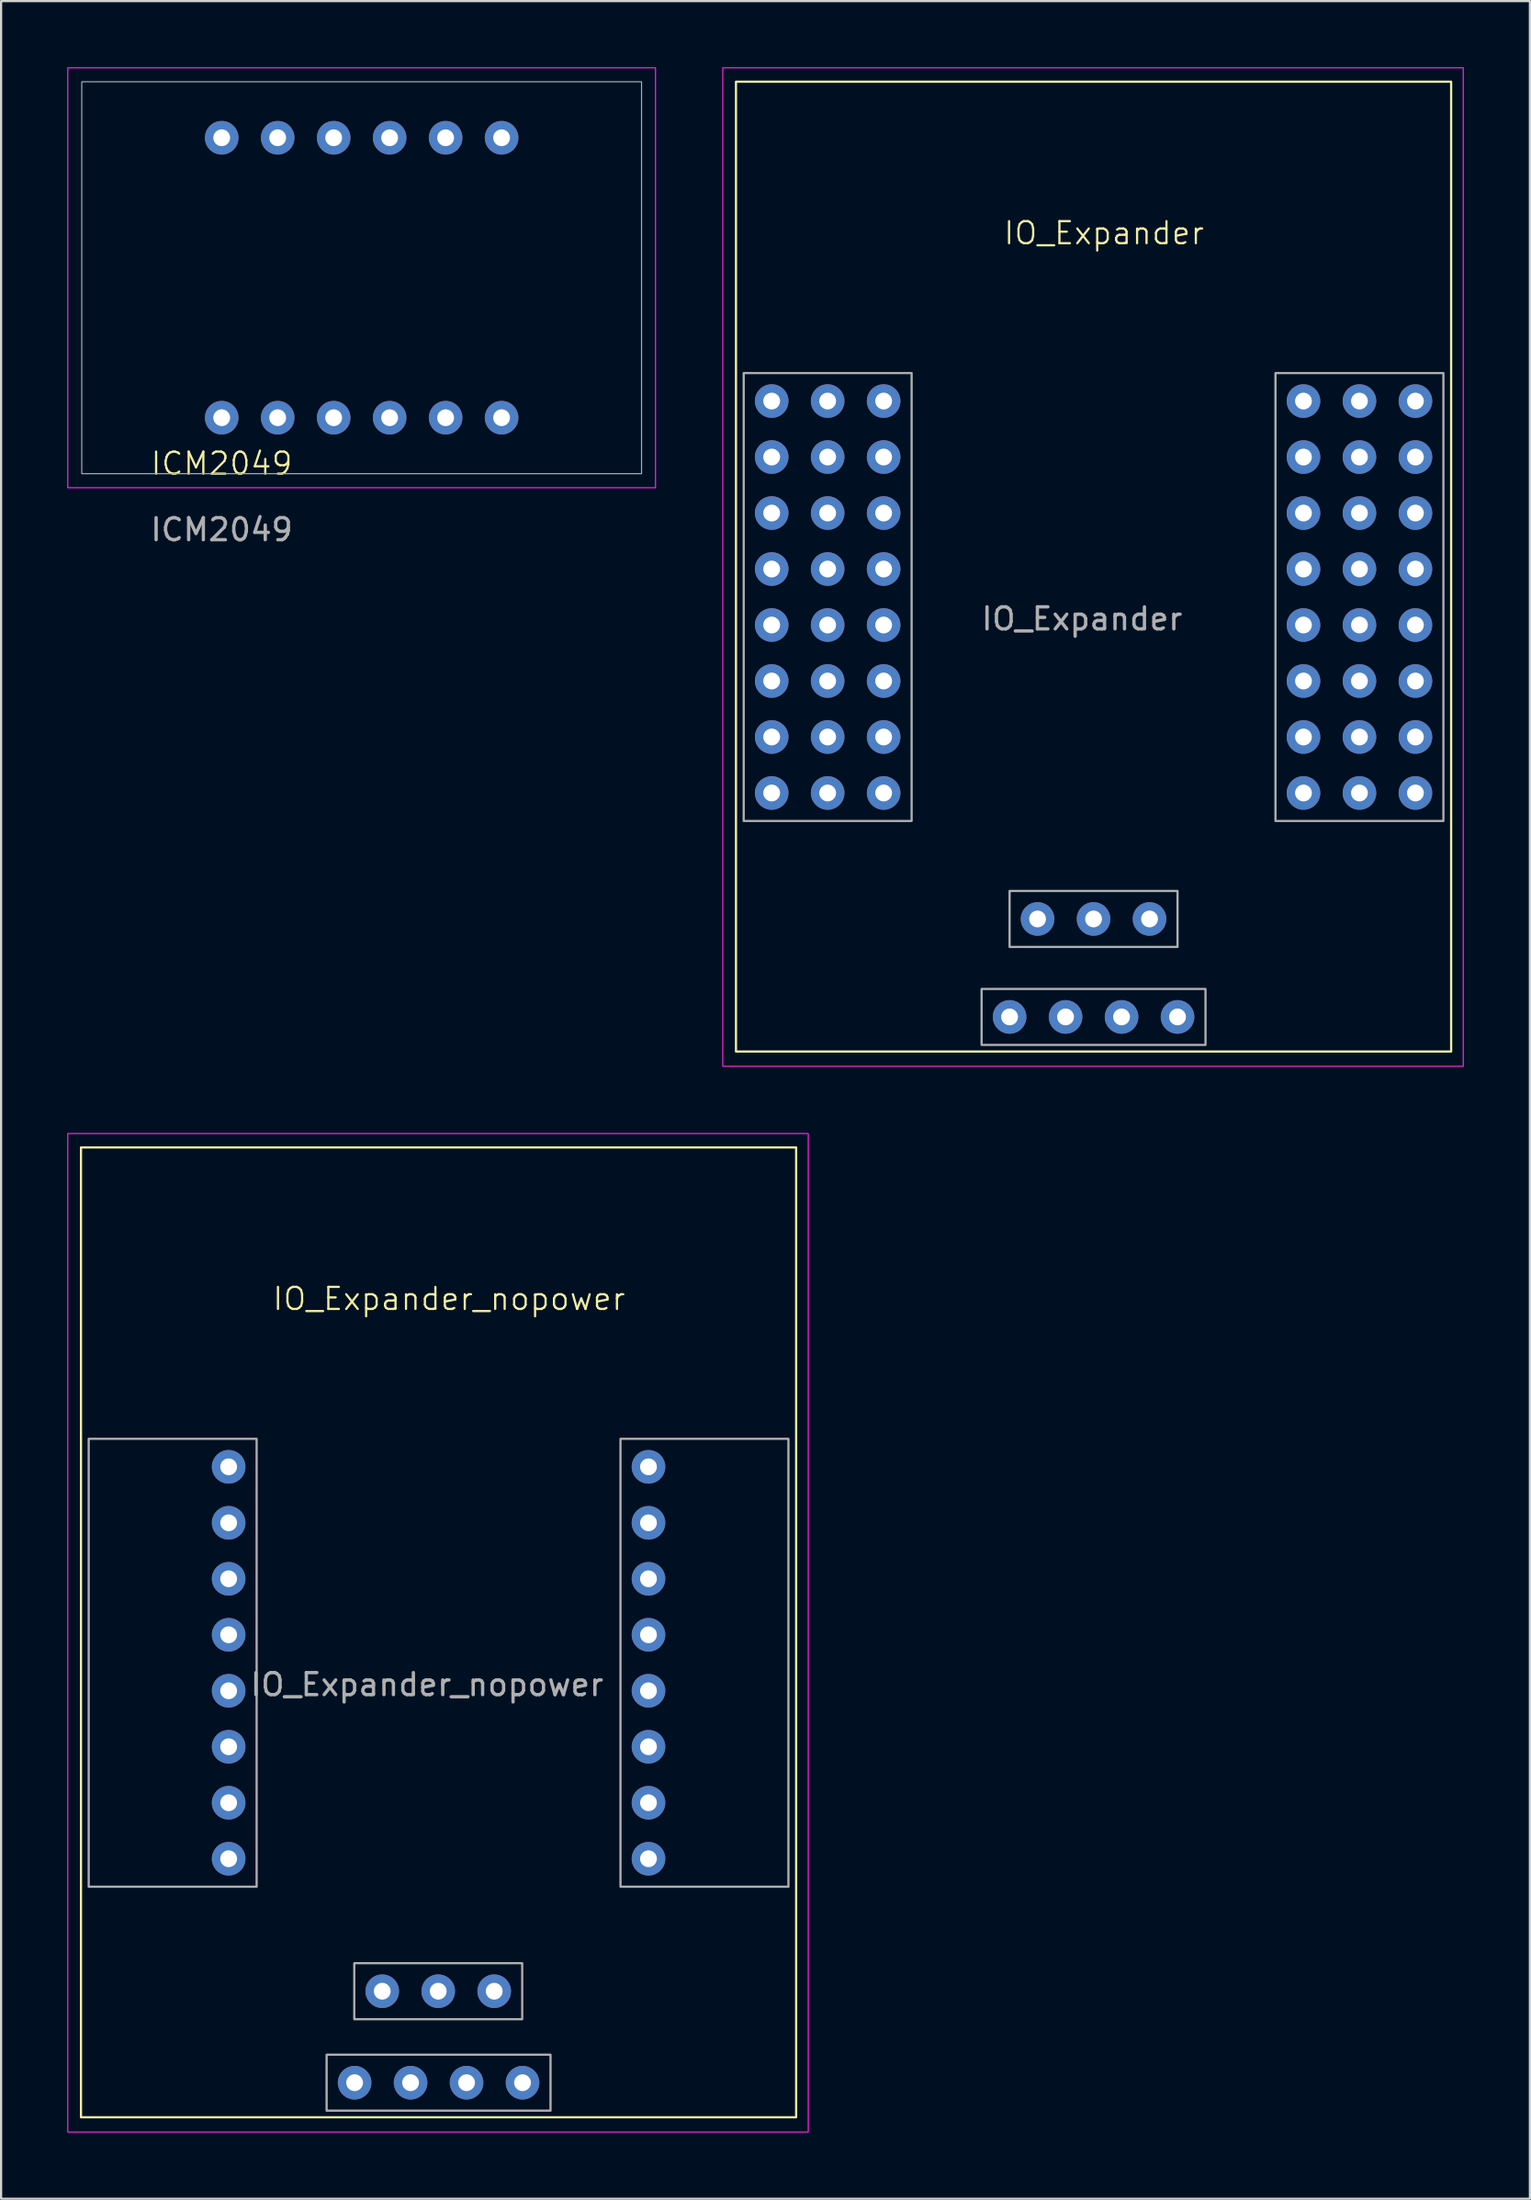
<source format=kicad_pcb>
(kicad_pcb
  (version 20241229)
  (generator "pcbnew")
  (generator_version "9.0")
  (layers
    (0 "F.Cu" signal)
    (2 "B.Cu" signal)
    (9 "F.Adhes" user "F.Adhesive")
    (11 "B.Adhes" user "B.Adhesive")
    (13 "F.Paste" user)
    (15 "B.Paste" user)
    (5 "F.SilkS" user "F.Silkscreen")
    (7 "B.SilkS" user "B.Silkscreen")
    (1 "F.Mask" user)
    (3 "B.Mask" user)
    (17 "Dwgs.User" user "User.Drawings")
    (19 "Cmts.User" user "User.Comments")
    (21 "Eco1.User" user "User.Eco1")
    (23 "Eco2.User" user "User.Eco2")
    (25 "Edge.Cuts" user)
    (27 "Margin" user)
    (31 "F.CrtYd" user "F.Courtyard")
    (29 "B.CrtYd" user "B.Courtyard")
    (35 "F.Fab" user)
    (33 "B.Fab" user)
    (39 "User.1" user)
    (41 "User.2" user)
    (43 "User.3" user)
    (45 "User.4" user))
  (footprint "IO_Expander"
    (layer "F.Cu")
    (at 37.045 32.925)
    (property "Reference" "IO_Expander" (at 10 -25.4 0) (unlocked yes) (layer "F.SilkS") (effects (font (size 1 1) (thickness 0.1))))
    (attr through_hole)
    (fp_rect (start -6.7 -32.27) (end 25.75 11.73) (stroke (width 0.1) (type default)) (fill no) (layer "F.SilkS"))
    (fp_rect (start -7.3 -32.9) (end 26.3 12.4) (stroke (width 0.05) (type default)) (fill no) (layer "F.CrtYd"))
    (fp_rect (start -6.35 -19.05) (end 1.27 1.27) (stroke (width 0.1) (type default)) (fill no) (layer "F.Fab"))
    (fp_rect (start 4.445 8.89) (end 14.605 11.43) (stroke (width 0.1) (type default)) (fill no) (layer "F.Fab"))
    (fp_rect (start 5.715 4.445) (end 13.335 6.985) (stroke (width 0.1) (type default)) (fill no) (layer "F.Fab"))
    (fp_rect (start 17.78 -19.05) (end 25.4 1.27) (stroke (width 0.1) (type default)) (fill no) (layer "F.Fab"))
    (fp_text user "${REFERENCE}" (at 9 -7.9 0) (unlocked yes) (layer "F.Fab") (effects (font (size 1 1) (thickness 0.15))))
    (pad "1" thru_hole circle (at 0 0 180) (size 1.524 1.524) (drill 0.762) (layers "*.Cu" "*.Mask"))
    (pad "2" thru_hole circle (at 0 -2.54 180) (size 1.524 1.524) (drill 0.762) (layers "*.Cu" "*.Mask"))
    (pad "3" thru_hole circle (at 0 -5.08 180) (size 1.524 1.524) (drill 0.762) (layers "*.Cu" "*.Mask"))
    (pad "4" thru_hole circle (at 0 -7.62 180) (size 1.524 1.524) (drill 0.762) (layers "*.Cu" "*.Mask"))
    (pad "5" thru_hole circle (at 0 -10.16 180) (size 1.524 1.524) (drill 0.762) (layers "*.Cu" "*.Mask"))
    (pad "6" thru_hole circle (at 0 -12.7 180) (size 1.524 1.524) (drill 0.762) (layers "*.Cu" "*.Mask"))
    (pad "7" thru_hole circle (at 0 -15.24 180) (size 1.524 1.524) (drill 0.762) (layers "*.Cu" "*.Mask"))
    (pad "8" thru_hole circle (at 0 -17.78 180) (size 1.524 1.524) (drill 0.762) (layers "*.Cu" "*.Mask"))
    (pad "9" thru_hole circle (at 19.05 -17.78 180) (size 1.524 1.524) (drill 0.762) (layers "*.Cu" "*.Mask"))
    (pad "10" thru_hole circle (at 19.05 -15.24 180) (size 1.524 1.524) (drill 0.762) (layers "*.Cu" "*.Mask"))
    (pad "11" thru_hole circle (at 19.05 -12.7 180) (size 1.524 1.524) (drill 0.762) (layers "*.Cu" "*.Mask"))
    (pad "12" thru_hole circle (at 19.05 -10.16 180) (size 1.524 1.524) (drill 0.762) (layers "*.Cu" "*.Mask"))
    (pad "13" thru_hole circle (at 19.05 -7.62 180) (size 1.524 1.524) (drill 0.762) (layers "*.Cu" "*.Mask"))
    (pad "14" thru_hole circle (at 19.05 -5.08 180) (size 1.524 1.524) (drill 0.762) (layers "*.Cu" "*.Mask"))
    (pad "15" thru_hole circle (at 19.05 -2.54 180) (size 1.524 1.524) (drill 0.762) (layers "*.Cu" "*.Mask"))
    (pad "16" thru_hole circle (at 19.05 0 180) (size 1.524 1.524) (drill 0.762) (layers "*.Cu" "*.Mask"))
    (pad "17" thru_hole circle (at 5.715 10.16) (size 1.524 1.524) (drill 0.762) (layers "*.Cu" "*.Mask"))
    (pad "18" thru_hole circle (at 8.255 10.16) (size 1.524 1.524) (drill 0.762) (layers "*.Cu" "*.Mask"))
    (pad "19" thru_hole circle (at 6.985 5.715) (size 1.524 1.524) (drill 0.762) (layers "*.Cu" "*.Mask"))
    (pad "20" thru_hole circle (at 9.525 5.715) (size 1.524 1.524) (drill 0.762) (layers "*.Cu" "*.Mask"))
    (pad "21" thru_hole circle (at 12.065 5.715) (size 1.524 1.524) (drill 0.762) (layers "*.Cu" "*.Mask"))
    (pad "22" thru_hole circle (at 10.795 10.16) (size 1.524 1.524) (drill 0.762) (layers "*.Cu" "*.Mask"))
    (pad "23" thru_hole circle (at 13.335 10.16) (size 1.524 1.524) (drill 0.762) (layers "*.Cu" "*.Mask"))
    (pad "24" thru_hole circle (at -5.08 -17.78) (size 1.524 1.524) (drill 0.762) (layers "*.Cu" "*.Mask"))
    (pad "24" thru_hole circle (at -5.08 -15.24) (size 1.524 1.524) (drill 0.762) (layers "*.Cu" "*.Mask"))
    (pad "24" thru_hole circle (at -5.08 -12.7) (size 1.524 1.524) (drill 0.762) (layers "*.Cu" "*.Mask"))
    (pad "24" thru_hole circle (at -5.08 -10.16) (size 1.524 1.524) (drill 0.762) (layers "*.Cu" "*.Mask"))
    (pad "24" thru_hole circle (at -5.08 -7.62) (size 1.524 1.524) (drill 0.762) (layers "*.Cu" "*.Mask"))
    (pad "24" thru_hole circle (at -5.08 -5.08) (size 1.524 1.524) (drill 0.762) (layers "*.Cu" "*.Mask"))
    (pad "24" thru_hole circle (at -5.08 -2.54) (size 1.524 1.524) (drill 0.762) (layers "*.Cu" "*.Mask"))
    (pad "24" thru_hole circle (at -5.08 0) (size 1.524 1.524) (drill 0.762) (layers "*.Cu" "*.Mask"))
    (pad "24" thru_hole circle (at 24.13 -17.78) (size 1.524 1.524) (drill 0.762) (layers "*.Cu" "*.Mask"))
    (pad "24" thru_hole circle (at 24.13 -15.24) (size 1.524 1.524) (drill 0.762) (layers "*.Cu" "*.Mask"))
    (pad "24" thru_hole circle (at 24.13 -12.7) (size 1.524 1.524) (drill 0.762) (layers "*.Cu" "*.Mask"))
    (pad "24" thru_hole circle (at 24.13 -10.16) (size 1.524 1.524) (drill 0.762) (layers "*.Cu" "*.Mask"))
    (pad "24" thru_hole circle (at 24.13 -7.62) (size 1.524 1.524) (drill 0.762) (layers "*.Cu" "*.Mask"))
    (pad "24" thru_hole circle (at 24.13 -5.08) (size 1.524 1.524) (drill 0.762) (layers "*.Cu" "*.Mask"))
    (pad "24" thru_hole circle (at 24.13 -2.54) (size 1.524 1.524) (drill 0.762) (layers "*.Cu" "*.Mask"))
    (pad "24" thru_hole circle (at 24.13 0) (size 1.524 1.524) (drill 0.762) (layers "*.Cu" "*.Mask"))
    (pad "25" thru_hole circle (at -2.54 -17.78) (size 1.524 1.524) (drill 0.762) (layers "*.Cu" "*.Mask"))
    (pad "25" thru_hole circle (at -2.54 -15.24) (size 1.524 1.524) (drill 0.762) (layers "*.Cu" "*.Mask"))
    (pad "25" thru_hole circle (at -2.54 -12.7) (size 1.524 1.524) (drill 0.762) (layers "*.Cu" "*.Mask"))
    (pad "25" thru_hole circle (at -2.54 -10.16) (size 1.524 1.524) (drill 0.762) (layers "*.Cu" "*.Mask"))
    (pad "25" thru_hole circle (at -2.54 -7.62) (size 1.524 1.524) (drill 0.762) (layers "*.Cu" "*.Mask"))
    (pad "25" thru_hole circle (at -2.54 -5.08) (size 1.524 1.524) (drill 0.762) (layers "*.Cu" "*.Mask"))
    (pad "25" thru_hole circle (at -2.54 -2.54) (size 1.524 1.524) (drill 0.762) (layers "*.Cu" "*.Mask"))
    (pad "25" thru_hole circle (at -2.54 0) (size 1.524 1.524) (drill 0.762) (layers "*.Cu" "*.Mask"))
    (pad "25" thru_hole circle (at 21.59 -17.78) (size 1.524 1.524) (drill 0.762) (layers "*.Cu" "*.Mask"))
    (pad "25" thru_hole circle (at 21.59 -15.24) (size 1.524 1.524) (drill 0.762) (layers "*.Cu" "*.Mask"))
    (pad "25" thru_hole circle (at 21.59 -12.7) (size 1.524 1.524) (drill 0.762) (layers "*.Cu" "*.Mask"))
    (pad "25" thru_hole circle (at 21.59 -10.16) (size 1.524 1.524) (drill 0.762) (layers "*.Cu" "*.Mask"))
    (pad "25" thru_hole circle (at 21.59 -7.62) (size 1.524 1.524) (drill 0.762) (layers "*.Cu" "*.Mask"))
    (pad "25" thru_hole circle (at 21.59 -5.08) (size 1.524 1.524) (drill 0.762) (layers "*.Cu" "*.Mask"))
    (pad "25" thru_hole circle (at 21.59 -2.54) (size 1.524 1.524) (drill 0.762) (layers "*.Cu" "*.Mask"))
    (pad "25" thru_hole circle (at 21.59 0) (size 1.524 1.524) (drill 0.762) (layers "*.Cu" "*.Mask")))
  (footprint "ICM2049"
    (layer "F.Cu")
    (at 7.01 15.9)
    (property "Reference" "ICM2049" (at 0 2.08 0) (unlocked yes) (layer "F.SilkS") (effects (font (size 1 1) (thickness 0.1))))
    (attr through_hole)
    (fp_rect (start -6.985 -15.875) (end 19.685 3.175) (stroke (width 0.05) (type default)) (fill no) (layer "F.CrtYd"))
    (fp_rect (start -6.35 -15.24) (end 19.05 2.54) (stroke (width 0.05) (type default)) (fill no) (layer "F.Fab"))
    (fp_text user "${REFERENCE}" (at 0 5.08 0) (unlocked yes) (layer "F.Fab") (effects (font (size 1 1) (thickness 0.15))))
    (pad "1" thru_hole circle (at 0 0) (size 1.524 1.524) (drill 0.762) (layers "*.Cu" "*.Mask"))
    (pad "2" thru_hole circle (at 2.54 0) (size 1.524 1.524) (drill 0.762) (layers "*.Cu" "*.Mask"))
    (pad "3" thru_hole circle (at 5.08 0) (size 1.524 1.524) (drill 0.762) (layers "*.Cu" "*.Mask"))
    (pad "4" thru_hole circle (at 7.62 0) (size 1.524 1.524) (drill 0.762) (layers "*.Cu" "*.Mask"))
    (pad "5" thru_hole circle (at 10.16 0) (size 1.524 1.524) (drill 0.762) (layers "*.Cu" "*.Mask"))
    (pad "6" thru_hole circle (at 12.7 0) (size 1.524 1.524) (drill 0.762) (layers "*.Cu" "*.Mask"))
    (pad "7" thru_hole circle (at 0 -12.7) (size 1.524 1.524) (drill 0.762) (layers "*.Cu" "*.Mask"))
    (pad "8" thru_hole circle (at 2.54 -12.7) (size 1.524 1.524) (drill 0.762) (layers "*.Cu" "*.Mask"))
    (pad "9" thru_hole circle (at 5.08 -12.7) (size 1.524 1.524) (drill 0.762) (layers "*.Cu" "*.Mask"))
    (pad "10" thru_hole circle (at 7.62 -12.7) (size 1.524 1.524) (drill 0.762) (layers "*.Cu" "*.Mask"))
    (pad "11" thru_hole circle (at 10.16 -12.7) (size 1.524 1.524) (drill 0.762) (layers "*.Cu" "*.Mask"))
    (pad "12" thru_hole circle (at 12.7 -12.7) (size 1.524 1.524) (drill 0.762) (layers "*.Cu" "*.Mask")))
  (footprint "IO_Expander_nopower"
    (layer "F.Cu")
    (at 7.325 81.275)
    (property "Reference" "IO_Expander_nopower" (at 10 -25.4 0) (unlocked yes) (layer "F.SilkS") (effects (font (size 1 1) (thickness 0.1))))
    (attr through_hole)
    (fp_rect (start -6.7 -32.27) (end 25.75 11.73) (stroke (width 0.1) (type default)) (fill no) (layer "F.SilkS"))
    (fp_rect (start -7.3 -32.9) (end 26.3 12.4) (stroke (width 0.05) (type default)) (fill no) (layer "F.CrtYd"))
    (fp_rect (start -6.35 -19.05) (end 1.27 1.27) (stroke (width 0.1) (type default)) (fill no) (layer "F.Fab"))
    (fp_rect (start 4.445 8.89) (end 14.605 11.43) (stroke (width 0.1) (type default)) (fill no) (layer "F.Fab"))
    (fp_rect (start 5.7 4.74) (end 13.32 7.28) (stroke (width 0.1) (type default)) (fill no) (layer "F.Fab"))
    (fp_rect (start 17.78 -19.05) (end 25.4 1.27) (stroke (width 0.1) (type default)) (fill no) (layer "F.Fab"))
    (fp_text user "${REFERENCE}" (at 9 -7.9 0) (unlocked yes) (layer "F.Fab") (effects (font (size 1 1) (thickness 0.15))))
    (pad "1" thru_hole circle (at 0 0 180) (size 1.524 1.524) (drill 0.762) (layers "*.Cu" "*.Mask"))
    (pad "2" thru_hole circle (at 0 -2.54 180) (size 1.524 1.524) (drill 0.762) (layers "*.Cu" "*.Mask"))
    (pad "3" thru_hole circle (at 0 -5.08 180) (size 1.524 1.524) (drill 0.762) (layers "*.Cu" "*.Mask"))
    (pad "4" thru_hole circle (at 0 -7.62 180) (size 1.524 1.524) (drill 0.762) (layers "*.Cu" "*.Mask"))
    (pad "5" thru_hole circle (at 0 -10.16 180) (size 1.524 1.524) (drill 0.762) (layers "*.Cu" "*.Mask"))
    (pad "6" thru_hole circle (at 0 -12.7 180) (size 1.524 1.524) (drill 0.762) (layers "*.Cu" "*.Mask"))
    (pad "7" thru_hole circle (at 0 -15.24 180) (size 1.524 1.524) (drill 0.762) (layers "*.Cu" "*.Mask"))
    (pad "8" thru_hole circle (at 0 -17.78 180) (size 1.524 1.524) (drill 0.762) (layers "*.Cu" "*.Mask"))
    (pad "9" thru_hole circle (at 19.05 -17.78 180) (size 1.524 1.524) (drill 0.762) (layers "*.Cu" "*.Mask"))
    (pad "10" thru_hole circle (at 19.05 -15.24 180) (size 1.524 1.524) (drill 0.762) (layers "*.Cu" "*.Mask"))
    (pad "11" thru_hole circle (at 19.05 -12.7 180) (size 1.524 1.524) (drill 0.762) (layers "*.Cu" "*.Mask"))
    (pad "12" thru_hole circle (at 19.05 -10.16 180) (size 1.524 1.524) (drill 0.762) (layers "*.Cu" "*.Mask"))
    (pad "13" thru_hole circle (at 19.05 -7.62 180) (size 1.524 1.524) (drill 0.762) (layers "*.Cu" "*.Mask"))
    (pad "14" thru_hole circle (at 19.05 -5.08 180) (size 1.524 1.524) (drill 0.762) (layers "*.Cu" "*.Mask"))
    (pad "15" thru_hole circle (at 19.05 -2.54 180) (size 1.524 1.524) (drill 0.762) (layers "*.Cu" "*.Mask"))
    (pad "16" thru_hole circle (at 19.05 0 180) (size 1.524 1.524) (drill 0.762) (layers "*.Cu" "*.Mask"))
    (pad "17" thru_hole circle (at 5.715 10.16) (size 1.524 1.524) (drill 0.762) (layers "*.Cu" "*.Mask"))
    (pad "18" thru_hole circle (at 8.255 10.16) (size 1.524 1.524) (drill 0.762) (layers "*.Cu" "*.Mask"))
    (pad "19" thru_hole circle (at 6.97 6.01) (size 1.524 1.524) (drill 0.762) (layers "*.Cu" "*.Mask"))
    (pad "20" thru_hole circle (at 9.51 6.01) (size 1.524 1.524) (drill 0.762) (layers "*.Cu" "*.Mask"))
    (pad "21" thru_hole circle (at 12.05 6.01) (size 1.524 1.524) (drill 0.762) (layers "*.Cu" "*.Mask"))
    (pad "22" thru_hole circle (at 10.795 10.16) (size 1.524 1.524) (drill 0.762) (layers "*.Cu" "*.Mask"))
    (pad "23" thru_hole circle (at 13.335 10.16) (size 1.524 1.524) (drill 0.762) (layers "*.Cu" "*.Mask")))
  (gr_rect
    (start -3 -3)
    (end 66.37 96.7)
    (stroke (width 0.1) (type default))
    (fill no)
    (layer "Edge.Cuts")))
</source>
